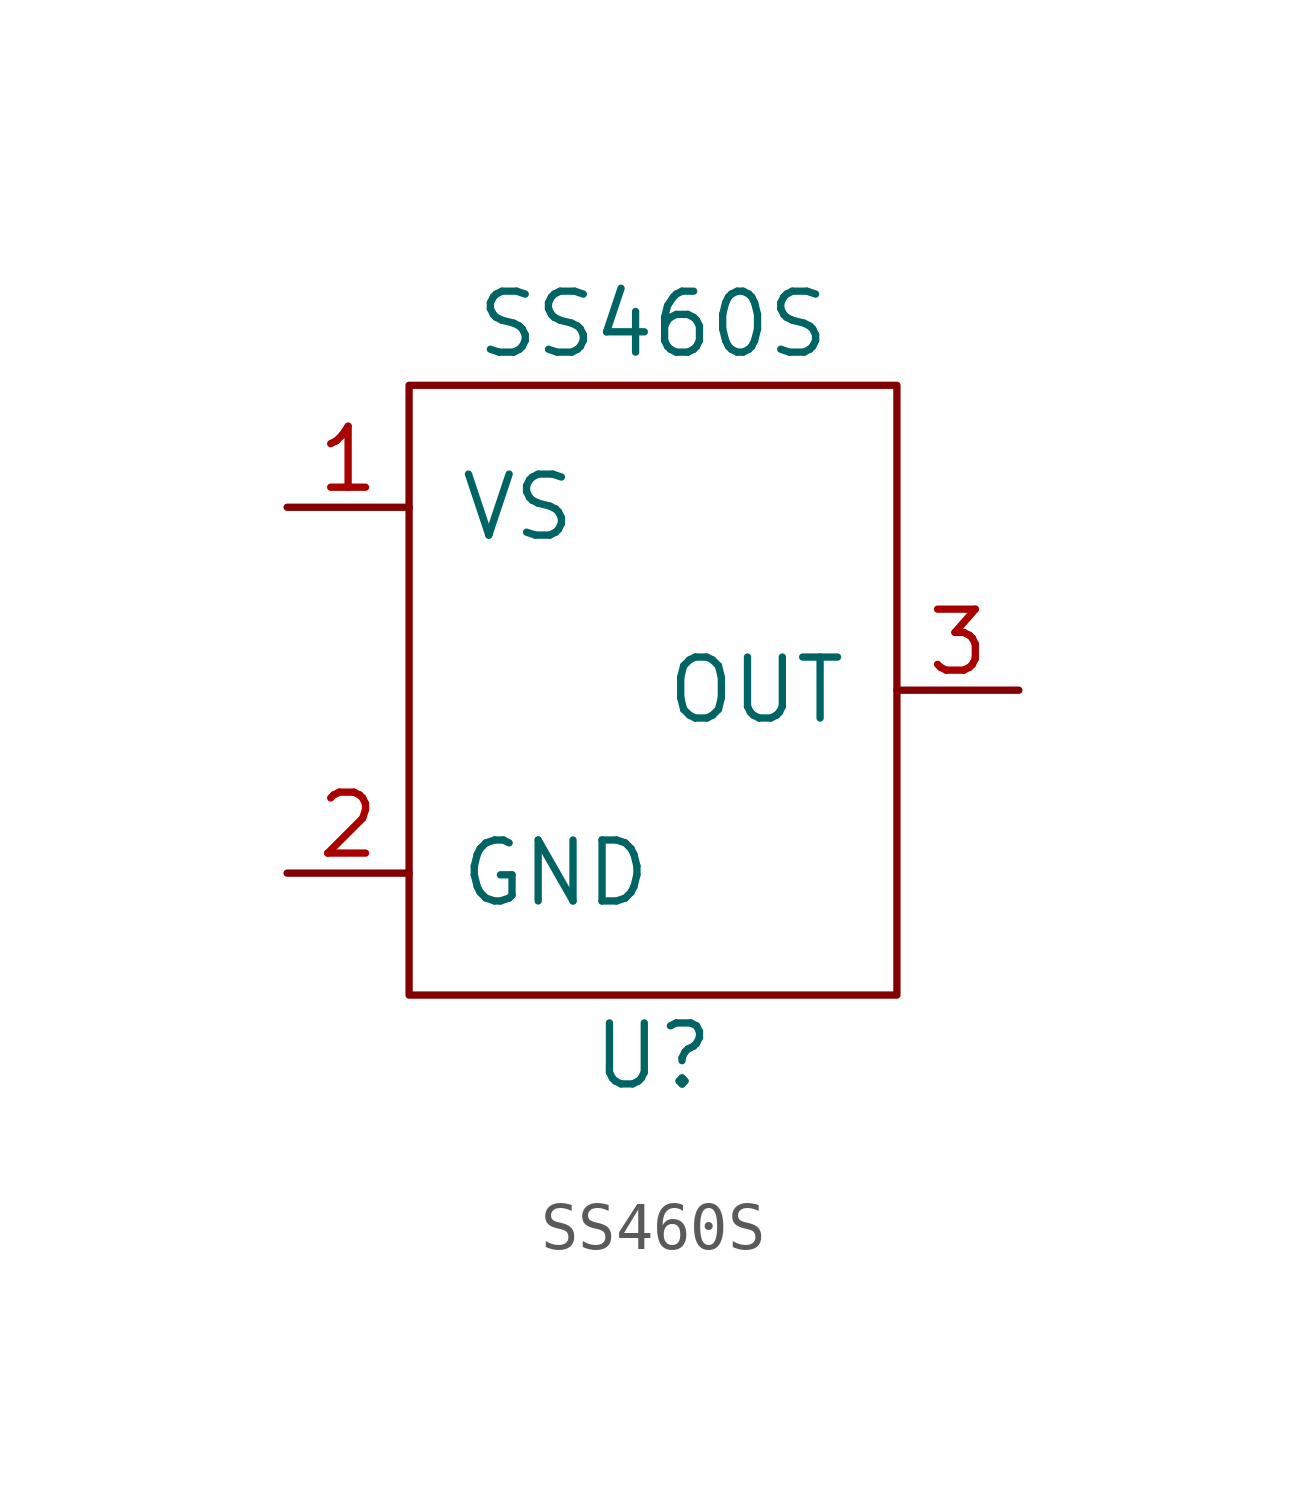
<source format=kicad_sym>
(kicad_symbol_lib
  (version 20211014)
  (generator kicad_symbol_editor)
  (symbol "SS460S"
    (pin_names
      (offset 1.016))
    (property "Reference" "U"
      (at 5.08 -13.97 0)
      (effects (font (size 1.27 1.27))))
    (property "Value" "SS460S"
      (at 5.08 1.27 0)
      (effects (font (size 1.27 1.27))))
    (symbol "SS460S_0_1"
      (rectangle (start 0 0) (end 10.16 -12.7) (stroke (width 0) (type default) (color 0 0 0 0)) (fill (type none))))
    (symbol "SS460S_1_1"
      (pin power_in line (at -2.54 -2.54 0) (length 2.54) (name "VS" (effects (font (size 1.27 1.27)))) (number "1" (effects (font (size 1.27 1.27)))))
      (pin power_in line (at -2.54 -10.16 0) (length 2.54) (name "GND" (effects (font (size 1.27 1.27)))) (number "2" (effects (font (size 1.27 1.27)))))
      (pin output line (at 12.7 -6.35 180) (length 2.54) (name "OUT" (effects (font (size 1.27 1.27)))) (number "3" (effects (font (size 1.27 1.27))))))))
</source>
